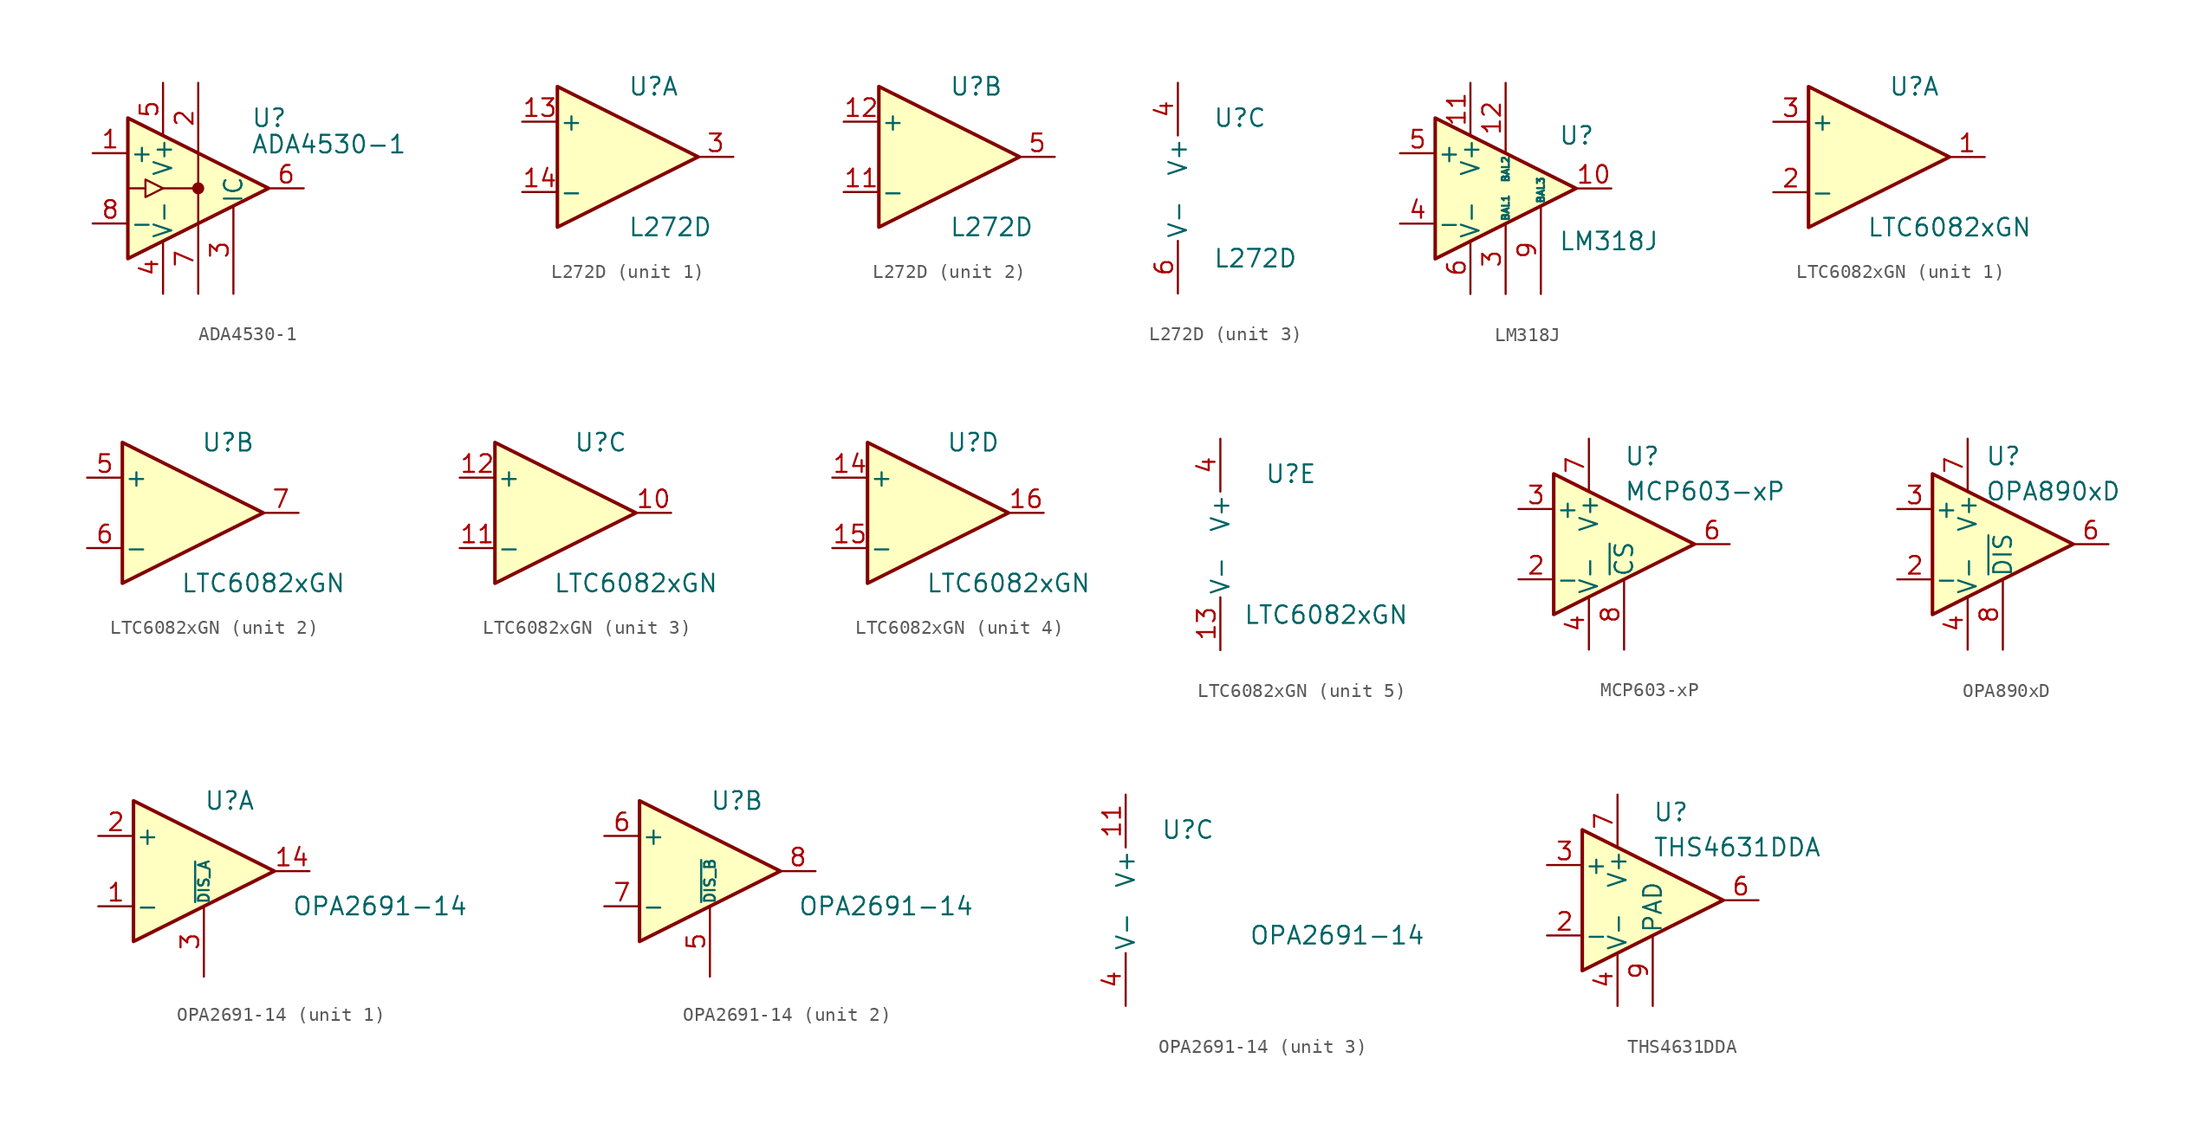
<source format=kicad_sym>
(kicad_symbol_lib
  (version 20200908)
  (generator kicad_symbol_editor)
  (symbol "Amplifier_Operational:ADA4530-1"
    (pin_names
      (offset 0.127))
    (property "Reference" "U"
      (at 3.81 5.08 0)
      (effects (font (size 1.27 1.27)) (justify left)))
    (property "Value" "ADA4530-1"
      (at 3.81 3.175 0)
      (effects (font (size 1.27 1.27)) (justify left)))
    (symbol "ADA4530-1_0_1"
      (circle (center 0 0) (radius 0.356) (stroke (width 0)) (fill (type outline)))
      (polyline (pts (xy -3.81 0) (xy -5.08 0)) (stroke (width 0)) (fill (type none)))
      (polyline (pts (xy -2.54 0) (xy 0 0)) (stroke (width 0)) (fill (type none)))
      (polyline (pts (xy 0 2.54) (xy 0 -2.54)) (stroke (width 0)) (fill (type none)))
      (polyline (pts (xy -5.08 5.08) (xy 5.08 0) (xy -5.08 -5.08) (xy -5.08 5.08)) (stroke (width 0.254)) (fill (type background)))
      (polyline (pts (xy -3.81 -0.635) (xy -3.81 0.635) (xy -2.54 0) (xy -3.81 -0.635)) (stroke (width 0)) (fill (type none))))
    (symbol "ADA4530-1_1_1"
      (pin input line (at -7.62 2.54 0) (length 2.54) (name "+" (effects (font (size 1.27 1.27)))) (number "1" (effects (font (size 1.27 1.27)))))
      (pin passive line (at 0 7.62 270) (length 5.08) (name "~" (effects (font (size 1.27 1.27)))) (number "2" (effects (font (size 1.27 1.27)))))
      (pin passive line (at 2.54 -7.62 90) (length 6.35) (name "IC" (effects (font (size 1.27 1.27)))) (number "3" (effects (font (size 1.27 1.27)))))
      (pin power_in line (at -2.54 -7.62 90) (length 3.81) (name "V-" (effects (font (size 1.27 1.27)))) (number "4" (effects (font (size 1.27 1.27)))))
      (pin power_in line (at -2.54 7.62 270) (length 3.81) (name "V+" (effects (font (size 1.27 1.27)))) (number "5" (effects (font (size 1.27 1.27)))))
      (pin output line (at 7.62 0 180) (length 2.54) (name "~" (effects (font (size 1.27 1.27)))) (number "6" (effects (font (size 1.27 1.27)))))
      (pin passive line (at 0 -7.62 90) (length 5.08) (name "~" (effects (font (size 1.27 1.27)))) (number "7" (effects (font (size 1.27 1.27)))))
      (pin input line (at -7.62 -2.54 0) (length 2.54) (name "-" (effects (font (size 1.27 1.27)))) (number "8" (effects (font (size 1.27 1.27)))))))
  (symbol "Amplifier_Operational:L272D"
    (pin_names
      (offset 0.127))
    (property "Reference" "U"
      (at 0 5.08 0)
      (effects (font (size 1.27 1.27)) (justify left)))
    (property "Value" "L272D"
      (at 0 -5.08 0)
      (effects (font (size 1.27 1.27)) (justify left)))
    (property "ki_locked" ""
      (at 0 0 0)
      (effects (font (size 1.27 1.27))))
    (symbol "L272D_1_1"
      (polyline (pts (xy -5.08 5.08) (xy 5.08 0) (xy -5.08 -5.08) (xy -5.08 5.08)) (stroke (width 0.254)) (fill (type background)))
      (pin unconnected line (at -2.54 -2.54 90) (length 2.54) hide (name "NC" (effects (font (size 1.27 1.27)))) (number "1" (effects (font (size 1.27 1.27)))))
      (pin input line (at -7.62 2.54 0) (length 2.54) (name "+" (effects (font (size 1.27 1.27)))) (number "13" (effects (font (size 1.27 1.27)))))
      (pin input line (at -7.62 -2.54 0) (length 2.54) (name "-" (effects (font (size 1.27 1.27)))) (number "14" (effects (font (size 1.27 1.27)))))
      (pin unconnected line (at 0 -2.54 90) (length 2.54) hide (name "NC" (effects (font (size 1.27 1.27)))) (number "2" (effects (font (size 1.27 1.27)))))
      (pin output line (at 7.62 0 180) (length 2.54) (name "~" (effects (font (size 1.27 1.27)))) (number "3" (effects (font (size 1.27 1.27)))))
      (pin unconnected line (at -2.54 2.54 90) (length 2.54) hide (name "NC" (effects (font (size 1.27 1.27)))) (number "7" (effects (font (size 1.27 1.27)))))
      (pin unconnected line (at 0 2.54 90) (length 2.54) hide (name "NC" (effects (font (size 1.27 1.27)))) (number "8" (effects (font (size 1.27 1.27))))))
    (symbol "L272D_2_1"
      (polyline (pts (xy -5.08 5.08) (xy 5.08 0) (xy -5.08 -5.08) (xy -5.08 5.08)) (stroke (width 0.254)) (fill (type background)))
      (pin unconnected line (at 0 -2.54 270) (length 2.54) hide (name "NC" (effects (font (size 1.27 1.27)))) (number "10" (effects (font (size 1.27 1.27)))))
      (pin input line (at -7.62 -2.54 0) (length 2.54) (name "-" (effects (font (size 1.27 1.27)))) (number "11" (effects (font (size 1.27 1.27)))))
      (pin input line (at -7.62 2.54 0) (length 2.54) (name "+" (effects (font (size 1.27 1.27)))) (number "12" (effects (font (size 1.27 1.27)))))
      (pin unconnected line (at -2.54 2.54 270) (length 2.54) hide (name "NC" (effects (font (size 1.27 1.27)))) (number "15" (effects (font (size 1.27 1.27)))))
      (pin unconnected line (at 0 2.54 270) (length 2.54) hide (name "NC" (effects (font (size 1.27 1.27)))) (number "16" (effects (font (size 1.27 1.27)))))
      (pin output line (at 7.62 0 180) (length 2.54) (name "~" (effects (font (size 1.27 1.27)))) (number "5" (effects (font (size 1.27 1.27)))))
      (pin unconnected line (at -2.54 -2.54 270) (length 2.54) hide (name "NC" (effects (font (size 1.27 1.27)))) (number "9" (effects (font (size 1.27 1.27))))))
    (symbol "L272D_3_1"
      (pin power_in line (at -2.54 7.62 270) (length 3.81) (name "V+" (effects (font (size 1.27 1.27)))) (number "4" (effects (font (size 1.27 1.27)))))
      (pin power_in line (at -2.54 -7.62 90) (length 3.81) (name "V-" (effects (font (size 1.27 1.27)))) (number "6" (effects (font (size 1.27 1.27)))))))
  (symbol "Amplifier_Operational:LM318J"
    (pin_names
      (offset 0.127))
    (property "Reference" "U"
      (at 3.81 3.81 0)
      (effects (font (size 1.27 1.27)) (justify left)))
    (property "Value" "LM318J"
      (at 3.81 -3.81 0)
      (effects (font (size 1.27 1.27)) (justify left)))
    (symbol "LM318J_0_1"
      (polyline (pts (xy 5.08 0) (xy -5.08 5.08) (xy -5.08 -5.08) (xy 5.08 0)) (stroke (width 0.254)) (fill (type background))))
    (symbol "LM318J_1_1"
      (pin unconnected line (at -5.08 2.54 270) (length 2.54) hide (name "NC" (effects (font (size 1.27 1.27)))) (number "1" (effects (font (size 1.27 1.27)))))
      (pin output line (at 7.62 0 180) (length 2.54) (name "~" (effects (font (size 1.27 1.27)))) (number "10" (effects (font (size 1.27 1.27)))))
      (pin power_in line (at -2.54 7.62 270) (length 3.81) (name "V+" (effects (font (size 1.27 1.27)))) (number "11" (effects (font (size 1.27 1.27)))))
      (pin passive line (at 0 7.62 270) (length 5.08) (name "BAL2" (effects (font (size 0.508 0.508)))) (number "12" (effects (font (size 1.27 1.27)))))
      (pin unconnected line (at 0 2.54 270) (length 2.54) hide (name "NC" (effects (font (size 1.27 1.27)))) (number "13" (effects (font (size 1.27 1.27)))))
      (pin unconnected line (at 0 -2.54 90) (length 2.54) hide (name "NC" (effects (font (size 1.27 1.27)))) (number "14" (effects (font (size 1.27 1.27)))))
      (pin unconnected line (at -2.54 2.54 270) (length 2.54) hide (name "NC" (effects (font (size 1.27 1.27)))) (number "2" (effects (font (size 1.27 1.27)))))
      (pin passive line (at 0 -7.62 90) (length 5.08) (name "BAL1" (effects (font (size 0.508 0.508)))) (number "3" (effects (font (size 1.27 1.27)))))
      (pin input line (at -7.62 -2.54 0) (length 2.54) (name "-" (effects (font (size 1.27 1.27)))) (number "4" (effects (font (size 1.27 1.27)))))
      (pin input line (at -7.62 2.54 0) (length 2.54) (name "+" (effects (font (size 1.27 1.27)))) (number "5" (effects (font (size 1.27 1.27)))))
      (pin power_in line (at -2.54 -7.62 90) (length 3.81) (name "V-" (effects (font (size 1.27 1.27)))) (number "6" (effects (font (size 1.27 1.27)))))
      (pin unconnected line (at -5.08 -2.54 90) (length 2.54) hide (name "NC" (effects (font (size 1.27 1.27)))) (number "7" (effects (font (size 1.27 1.27)))))
      (pin unconnected line (at -2.54 -2.54 90) (length 2.54) hide (name "NC" (effects (font (size 1.27 1.27)))) (number "8" (effects (font (size 1.27 1.27)))))
      (pin passive line (at 2.54 -7.62 90) (length 6.35) (name "BAL3" (effects (font (size 0.508 0.508)))) (number "9" (effects (font (size 1.27 1.27)))))))
  (symbol "Amplifier_Operational:LTC6082xGN"
    (pin_names
      (offset 0.127))
    (property "Reference" "U"
      (at 2.54 5.08 0)
      (effects (font (size 1.27 1.27))))
    (property "Value" "LTC6082xGN"
      (at 5.08 -5.08 0)
      (effects (font (size 1.27 1.27))))
    (property "ki_locked" ""
      (at 0 0 0)
      (effects (font (size 1.27 1.27))))
    (symbol "LTC6082xGN_1_1"
      (polyline (pts (xy -5.08 5.08) (xy 5.08 0) (xy -5.08 -5.08) (xy -5.08 5.08)) (stroke (width 0.254)) (fill (type background)))
      (pin output line (at 7.62 0 180) (length 2.54) (name "~" (effects (font (size 1.27 1.27)))) (number "1" (effects (font (size 1.27 1.27)))))
      (pin input line (at -7.62 -2.54 0) (length 2.54) (name "-" (effects (font (size 1.27 1.27)))) (number "2" (effects (font (size 1.27 1.27)))))
      (pin input line (at -7.62 2.54 0) (length 2.54) (name "+" (effects (font (size 1.27 1.27)))) (number "3" (effects (font (size 1.27 1.27)))))
      (pin unconnected line (at -2.54 -2.54 90) (length 2.54) hide (name "NC" (effects (font (size 1.27 1.27)))) (number "8" (effects (font (size 1.27 1.27)))))
      (pin unconnected line (at 0 -2.54 90) (length 2.54) hide (name "NC" (effects (font (size 1.27 1.27)))) (number "9" (effects (font (size 1.27 1.27))))))
    (symbol "LTC6082xGN_2_1"
      (polyline (pts (xy -5.08 5.08) (xy 5.08 0) (xy -5.08 -5.08) (xy -5.08 5.08)) (stroke (width 0.254)) (fill (type background)))
      (pin input line (at -7.62 2.54 0) (length 2.54) (name "+" (effects (font (size 1.27 1.27)))) (number "5" (effects (font (size 1.27 1.27)))))
      (pin input line (at -7.62 -2.54 0) (length 2.54) (name "-" (effects (font (size 1.27 1.27)))) (number "6" (effects (font (size 1.27 1.27)))))
      (pin output line (at 7.62 0 180) (length 2.54) (name "~" (effects (font (size 1.27 1.27)))) (number "7" (effects (font (size 1.27 1.27))))))
    (symbol "LTC6082xGN_3_1"
      (polyline (pts (xy -5.08 5.08) (xy 5.08 0) (xy -5.08 -5.08) (xy -5.08 5.08)) (stroke (width 0.254)) (fill (type background)))
      (pin output line (at 7.62 0 180) (length 2.54) (name "~" (effects (font (size 1.27 1.27)))) (number "10" (effects (font (size 1.27 1.27)))))
      (pin input line (at -7.62 -2.54 0) (length 2.54) (name "-" (effects (font (size 1.27 1.27)))) (number "11" (effects (font (size 1.27 1.27)))))
      (pin input line (at -7.62 2.54 0) (length 2.54) (name "+" (effects (font (size 1.27 1.27)))) (number "12" (effects (font (size 1.27 1.27))))))
    (symbol "LTC6082xGN_4_1"
      (polyline (pts (xy -5.08 5.08) (xy 5.08 0) (xy -5.08 -5.08) (xy -5.08 5.08)) (stroke (width 0.254)) (fill (type background)))
      (pin input line (at -7.62 2.54 0) (length 2.54) (name "+" (effects (font (size 1.27 1.27)))) (number "14" (effects (font (size 1.27 1.27)))))
      (pin input line (at -7.62 -2.54 0) (length 2.54) (name "-" (effects (font (size 1.27 1.27)))) (number "15" (effects (font (size 1.27 1.27)))))
      (pin output line (at 7.62 0 180) (length 2.54) (name "~" (effects (font (size 1.27 1.27)))) (number "16" (effects (font (size 1.27 1.27))))))
    (symbol "LTC6082xGN_5_1"
      (pin power_in line (at -2.54 -7.62 90) (length 3.81) (name "V-" (effects (font (size 1.27 1.27)))) (number "13" (effects (font (size 1.27 1.27)))))
      (pin power_in line (at -2.54 7.62 270) (length 3.81) (name "V+" (effects (font (size 1.27 1.27)))) (number "4" (effects (font (size 1.27 1.27)))))))
  (symbol "Amplifier_Operational:MCP603-xP"
    (pin_names
      (offset 0.127))
    (property "Reference" "U"
      (at 0 6.35 0)
      (effects (font (size 1.27 1.27)) (justify left)))
    (property "Value" "MCP603-xP"
      (at 0 3.81 0)
      (effects (font (size 1.27 1.27)) (justify left)))
    (symbol "MCP603-xP_0_1"
      (polyline (pts (xy -5.08 5.08) (xy 5.08 0) (xy -5.08 -5.08) (xy -5.08 5.08)) (stroke (width 0.254)) (fill (type background))))
    (symbol "MCP603-xP_1_1"
      (pin unconnected line (at 0 -2.54 90) (length 2.54) hide (name "NC" (effects (font (size 1.27 1.27)))) (number "1" (effects (font (size 1.27 1.27)))))
      (pin input line (at -7.62 -2.54 0) (length 2.54) (name "-" (effects (font (size 1.27 1.27)))) (number "2" (effects (font (size 1.27 1.27)))))
      (pin input line (at -7.62 2.54 0) (length 2.54) (name "+" (effects (font (size 1.27 1.27)))) (number "3" (effects (font (size 1.27 1.27)))))
      (pin power_in line (at -2.54 -7.62 90) (length 3.81) (name "V-" (effects (font (size 1.27 1.27)))) (number "4" (effects (font (size 1.27 1.27)))))
      (pin unconnected line (at -2.54 -2.54 90) (length 2.54) hide (name "NC" (effects (font (size 1.27 1.27)))) (number "5" (effects (font (size 1.27 1.27)))))
      (pin output line (at 7.62 0 180) (length 2.54) (name "~" (effects (font (size 1.27 1.27)))) (number "6" (effects (font (size 1.27 1.27)))))
      (pin power_in line (at -2.54 7.62 270) (length 3.81) (name "V+" (effects (font (size 1.27 1.27)))) (number "7" (effects (font (size 1.27 1.27)))))
      (pin input line (at 0 -7.62 90) (length 5.08) (name "~CS" (effects (font (size 1.27 1.27)))) (number "8" (effects (font (size 1.27 1.27)))))))
  (symbol "Amplifier_Operational:OPA890xD"
    (pin_names
      (offset 0.127))
    (property "Reference" "U"
      (at -1.27 6.35 0)
      (effects (font (size 1.27 1.27)) (justify left)))
    (property "Value" "OPA890xD"
      (at -1.27 3.81 0)
      (effects (font (size 1.27 1.27)) (justify left)))
    (symbol "OPA890xD_0_1"
      (polyline (pts (xy -5.08 5.08) (xy 5.08 0) (xy -5.08 -5.08) (xy -5.08 5.08)) (stroke (width 0.254)) (fill (type background)))
      (pin power_in line (at -2.54 -7.62 90) (length 3.81) (name "V-" (effects (font (size 1.27 1.27)))) (number "4" (effects (font (size 1.27 1.27)))))
      (pin power_in line (at -2.54 7.62 270) (length 3.81) (name "V+" (effects (font (size 1.27 1.27)))) (number "7" (effects (font (size 1.27 1.27))))))
    (symbol "OPA890xD_1_1"
      (pin unconnected line (at -5.08 5.08 270) (length 2.54) hide (name "NC" (effects (font (size 1.27 1.27)))) (number "1" (effects (font (size 1.27 1.27)))))
      (pin input line (at -7.62 -2.54 0) (length 2.54) (name "-" (effects (font (size 1.27 1.27)))) (number "2" (effects (font (size 1.27 1.27)))))
      (pin input line (at -7.62 2.54 0) (length 2.54) (name "+" (effects (font (size 1.27 1.27)))) (number "3" (effects (font (size 1.27 1.27)))))
      (pin unconnected line (at -5.08 -5.08 90) (length 3.81) hide (name "NC" (effects (font (size 1.27 1.27)))) (number "5" (effects (font (size 1.27 1.27)))))
      (pin output line (at 7.62 0 180) (length 2.54) (name "~" (effects (font (size 1.27 1.27)))) (number "6" (effects (font (size 1.27 1.27)))))
      (pin input line (at 0 -7.62 90) (length 5.08) (name "~DIS" (effects (font (size 1.27 1.27)))) (number "8" (effects (font (size 1.27 1.27)))))))
  (symbol "Amplifier_Operational:OPA2691-14"
    (pin_names
      (offset 0.127))
    (property "Reference" "U"
      (at 0 5.08 0)
      (effects (font (size 1.27 1.27)) (justify left)))
    (property "Value" "OPA2691-14"
      (at 6.35 -2.54 0)
      (effects (font (size 1.27 1.27)) (justify left)))
    (property "ki_locked" ""
      (at 0 0 0)
      (effects (font (size 1.27 1.27))))
    (symbol "OPA2691-14_1_1"
      (polyline (pts (xy -5.08 5.08) (xy 5.08 0) (xy -5.08 -5.08) (xy -5.08 5.08)) (stroke (width 0.254)) (fill (type background)))
      (pin input line (at -7.62 -2.54 0) (length 2.54) (name "-" (effects (font (size 1.27 1.27)))) (number "1" (effects (font (size 1.27 1.27)))))
      (pin unconnected line (at 0 -2.54 90) (length 2.54) hide (name "NC" (effects (font (size 1.27 1.27)))) (number "10" (effects (font (size 1.27 1.27)))))
      (pin output line (at 7.62 0 180) (length 2.54) (name "~" (effects (font (size 1.27 1.27)))) (number "14" (effects (font (size 1.27 1.27)))))
      (pin input line (at -7.62 2.54 0) (length 2.54) (name "+" (effects (font (size 1.27 1.27)))) (number "2" (effects (font (size 1.27 1.27)))))
      (pin input line (at 0 -7.62 90) (length 5.08) (name "~DIS_A" (effects (font (size 0.762 0.762)))) (number "3" (effects (font (size 1.27 1.27)))))
      (pin unconnected line (at -2.54 -2.54 90) (length 2.54) hide (name "NC" (effects (font (size 1.27 1.27)))) (number "9" (effects (font (size 1.27 1.27))))))
    (symbol "OPA2691-14_2_1"
      (polyline (pts (xy -5.08 5.08) (xy 5.08 0) (xy -5.08 -5.08) (xy -5.08 5.08)) (stroke (width 0.254)) (fill (type background)))
      (pin unconnected line (at -2.54 -2.54 90) (length 2.54) hide (name "NC" (effects (font (size 1.27 1.27)))) (number "12" (effects (font (size 1.27 1.27)))))
      (pin unconnected line (at 0 -2.54 90) (length 2.54) hide (name "NC" (effects (font (size 1.27 1.27)))) (number "13" (effects (font (size 1.27 1.27)))))
      (pin input line (at 0 -7.62 90) (length 5.08) (name "~DIS_B" (effects (font (size 0.762 0.762)))) (number "5" (effects (font (size 1.27 1.27)))))
      (pin input line (at -7.62 2.54 0) (length 2.54) (name "+" (effects (font (size 1.27 1.27)))) (number "6" (effects (font (size 1.27 1.27)))))
      (pin input line (at -7.62 -2.54 0) (length 2.54) (name "-" (effects (font (size 1.27 1.27)))) (number "7" (effects (font (size 1.27 1.27)))))
      (pin output line (at 7.62 0 180) (length 2.54) (name "~" (effects (font (size 1.27 1.27)))) (number "8" (effects (font (size 1.27 1.27))))))
    (symbol "OPA2691-14_3_1"
      (pin power_in line (at -2.54 7.62 270) (length 3.81) (name "V+" (effects (font (size 1.27 1.27)))) (number "11" (effects (font (size 1.27 1.27)))))
      (pin power_in line (at -2.54 -7.62 90) (length 3.81) (name "V-" (effects (font (size 1.27 1.27)))) (number "4" (effects (font (size 1.27 1.27)))))))
  (symbol "Amplifier_Operational:THS4631DDA"
    (pin_names
      (offset 0.127))
    (property "Reference" "U"
      (at 0 6.35 0)
      (effects (font (size 1.27 1.27)) (justify left)))
    (property "Value" "THS4631DDA"
      (at 0 3.81 0)
      (effects (font (size 1.27 1.27)) (justify left)))
    (symbol "THS4631DDA_0_1"
      (polyline (pts (xy -5.08 5.08) (xy 5.08 0) (xy -5.08 -5.08) (xy -5.08 5.08)) (stroke (width 0.254)) (fill (type background))))
    (symbol "THS4631DDA_1_1"
      (pin unconnected line (at -2.54 2.54 270) (length 2.54) hide (name "NC" (effects (font (size 1.27 1.27)))) (number "1" (effects (font (size 1.27 1.27)))))
      (pin input line (at -7.62 -2.54 0) (length 2.54) (name "-" (effects (font (size 1.27 1.27)))) (number "2" (effects (font (size 1.27 1.27)))))
      (pin input line (at -7.62 2.54 0) (length 2.54) (name "+" (effects (font (size 1.27 1.27)))) (number "3" (effects (font (size 1.27 1.27)))))
      (pin power_in line (at -2.54 -7.62 90) (length 3.81) (name "V-" (effects (font (size 1.27 1.27)))) (number "4" (effects (font (size 1.27 1.27)))))
      (pin unconnected line (at 0 2.54 270) (length 2.54) hide (name "NC" (effects (font (size 1.27 1.27)))) (number "5" (effects (font (size 1.27 1.27)))))
      (pin output line (at 7.62 0 180) (length 2.54) (name "~" (effects (font (size 1.27 1.27)))) (number "6" (effects (font (size 1.27 1.27)))))
      (pin power_in line (at -2.54 7.62 270) (length 3.81) (name "V+" (effects (font (size 1.27 1.27)))) (number "7" (effects (font (size 1.27 1.27)))))
      (pin unconnected line (at 0 -2.54 90) (length 2.54) hide (name "NC" (effects (font (size 1.27 1.27)))) (number "8" (effects (font (size 1.27 1.27)))))
      (pin passive line (at 0 -7.62 90) (length 5.08) (name "PAD" (effects (font (size 1.27 1.27)))) (number "9" (effects (font (size 1.27 1.27))))))))
</source>
